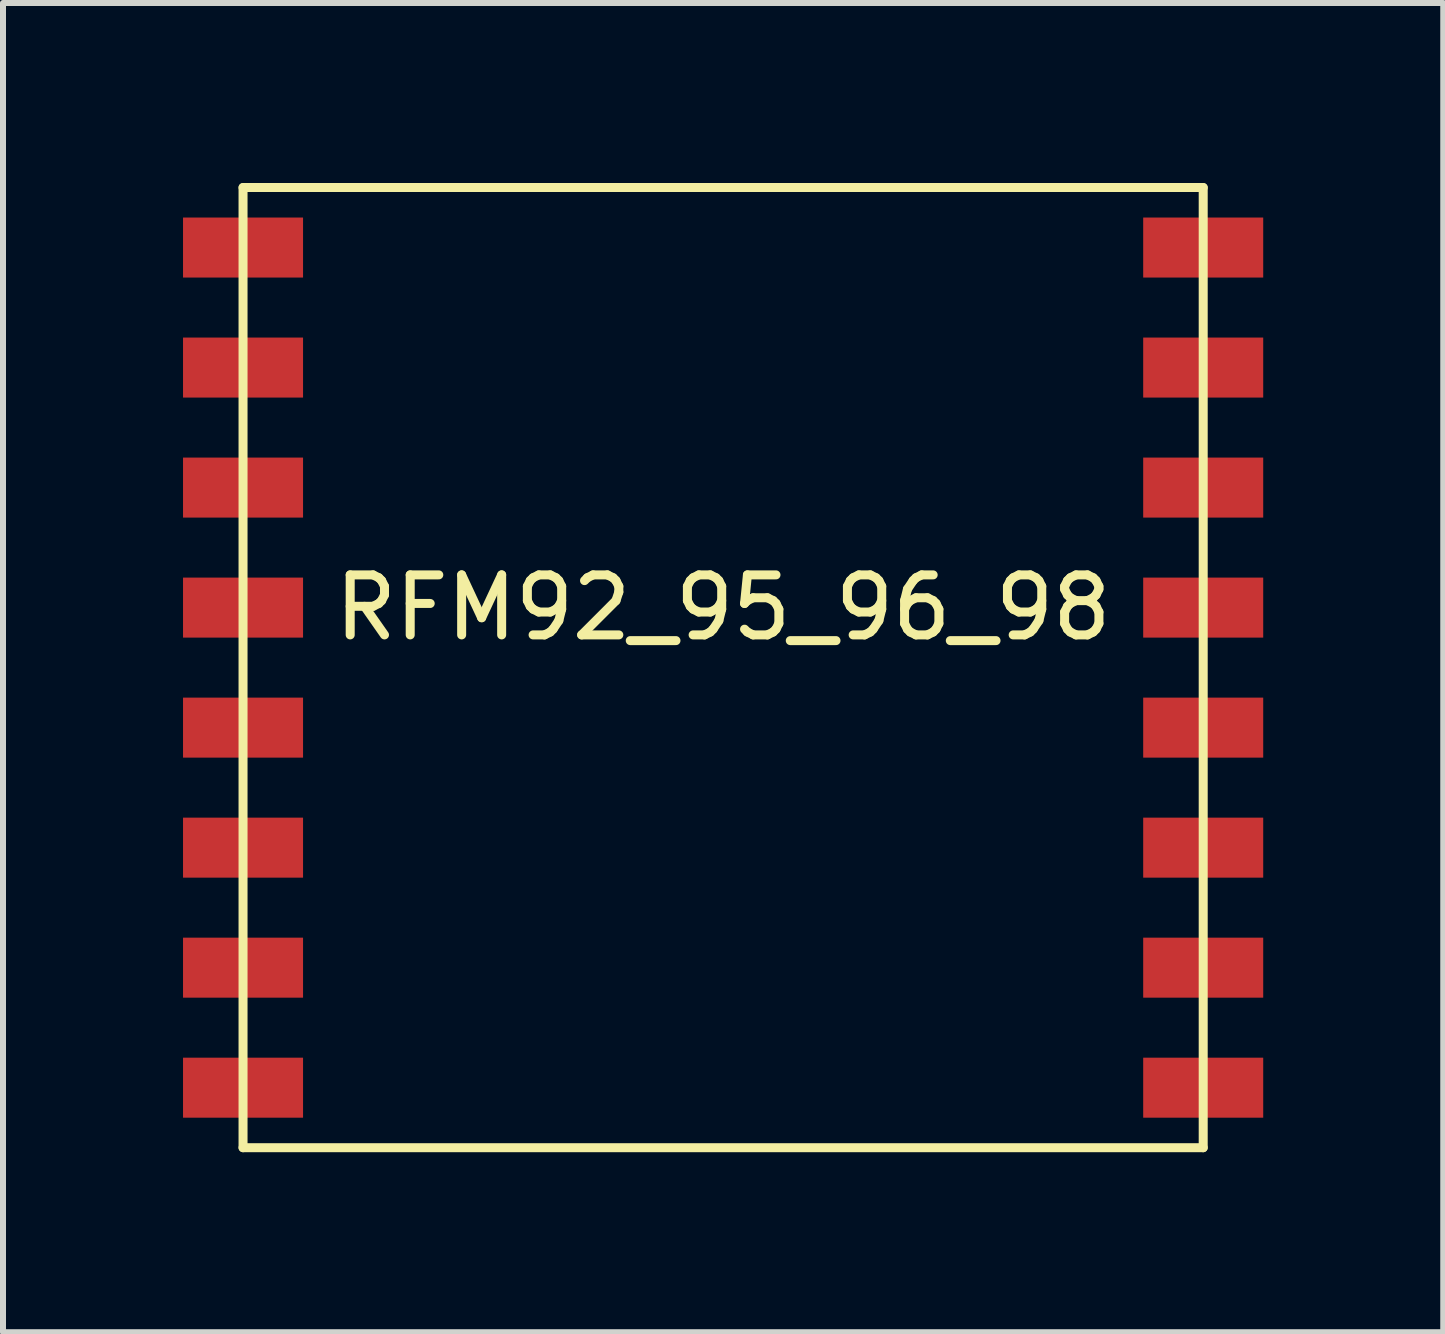
<source format=kicad_pcb>
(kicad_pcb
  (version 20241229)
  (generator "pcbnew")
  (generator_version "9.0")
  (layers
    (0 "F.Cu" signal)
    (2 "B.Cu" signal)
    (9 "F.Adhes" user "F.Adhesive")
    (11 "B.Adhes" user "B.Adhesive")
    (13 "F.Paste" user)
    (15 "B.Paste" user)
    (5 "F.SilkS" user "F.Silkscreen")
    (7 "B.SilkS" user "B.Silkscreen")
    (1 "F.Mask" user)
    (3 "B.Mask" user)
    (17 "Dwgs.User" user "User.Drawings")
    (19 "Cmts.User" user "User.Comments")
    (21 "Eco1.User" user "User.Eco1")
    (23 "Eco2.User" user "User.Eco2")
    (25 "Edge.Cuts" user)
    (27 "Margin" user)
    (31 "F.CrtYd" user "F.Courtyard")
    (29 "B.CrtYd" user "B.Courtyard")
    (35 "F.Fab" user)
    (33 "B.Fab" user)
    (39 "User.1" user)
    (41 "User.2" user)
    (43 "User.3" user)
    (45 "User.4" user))
  (footprint "RFM92_95_96_98"
    (layer "F.Cu")
    (at 1 1.075)
    (property "Reference" "RFM92_95_96_98" (at 8 6 0) (layer "F.SilkS") (effects (font (size 1 1) (thickness 0.15))))
    (attr through_hole)
    (fp_line (start 0 -1) (end 0 15) (stroke (width 0.15) (type solid)) (layer "F.SilkS"))
    (fp_line (start 0 15) (end 16 15) (stroke (width 0.15) (type solid)) (layer "F.SilkS"))
    (fp_line (start 16 -1) (end 0 -1) (stroke (width 0.15) (type solid)) (layer "F.SilkS"))
    (fp_line (start 16 15) (end 16 -1) (stroke (width 0.15) (type solid)) (layer "F.SilkS"))
    (pad "1" smd rect (at 0 0) (size 2 1) (layers "F.Cu" "F.Mask" "F.Paste"))
    (pad "2" smd rect (at 0 2) (size 2 1) (layers "F.Cu" "F.Mask" "F.Paste"))
    (pad "3" smd rect (at 0 4) (size 2 1) (layers "F.Cu" "F.Mask" "F.Paste"))
    (pad "4" smd rect (at 0 6) (size 2 1) (layers "F.Cu" "F.Mask" "F.Paste"))
    (pad "5" smd rect (at 0 8) (size 2 1) (layers "F.Cu" "F.Mask" "F.Paste"))
    (pad "6" smd rect (at 0 10) (size 2 1) (layers "F.Cu" "F.Mask" "F.Paste"))
    (pad "7" smd rect (at 0 12) (size 2 1) (layers "F.Cu" "F.Mask" "F.Paste"))
    (pad "8" smd rect (at 0 14) (size 2 1) (layers "F.Cu" "F.Mask" "F.Paste"))
    (pad "9" smd rect (at 16 14) (size 2 1) (layers "F.Cu" "F.Mask" "F.Paste"))
    (pad "10" smd rect (at 16 12) (size 2 1) (layers "F.Cu" "F.Mask" "F.Paste"))
    (pad "11" smd rect (at 16 10) (size 2 1) (layers "F.Cu" "F.Mask" "F.Paste"))
    (pad "12" smd rect (at 16 8) (size 2 1) (layers "F.Cu" "F.Mask" "F.Paste"))
    (pad "13" smd rect (at 16 6) (size 2 1) (layers "F.Cu" "F.Mask" "F.Paste"))
    (pad "14" smd rect (at 16 4) (size 2 1) (layers "F.Cu" "F.Mask" "F.Paste"))
    (pad "15" smd rect (at 16 2) (size 2 1) (layers "F.Cu" "F.Mask" "F.Paste"))
    (pad "16" smd rect (at 16 0) (size 2 1) (layers "F.Cu" "F.Mask" "F.Paste")))
  (gr_rect
    (start -3 -3)
    (end 21 19.15)
    (stroke (width 0.1) (type default))
    (fill no)
    (layer "Edge.Cuts")))
</source>
